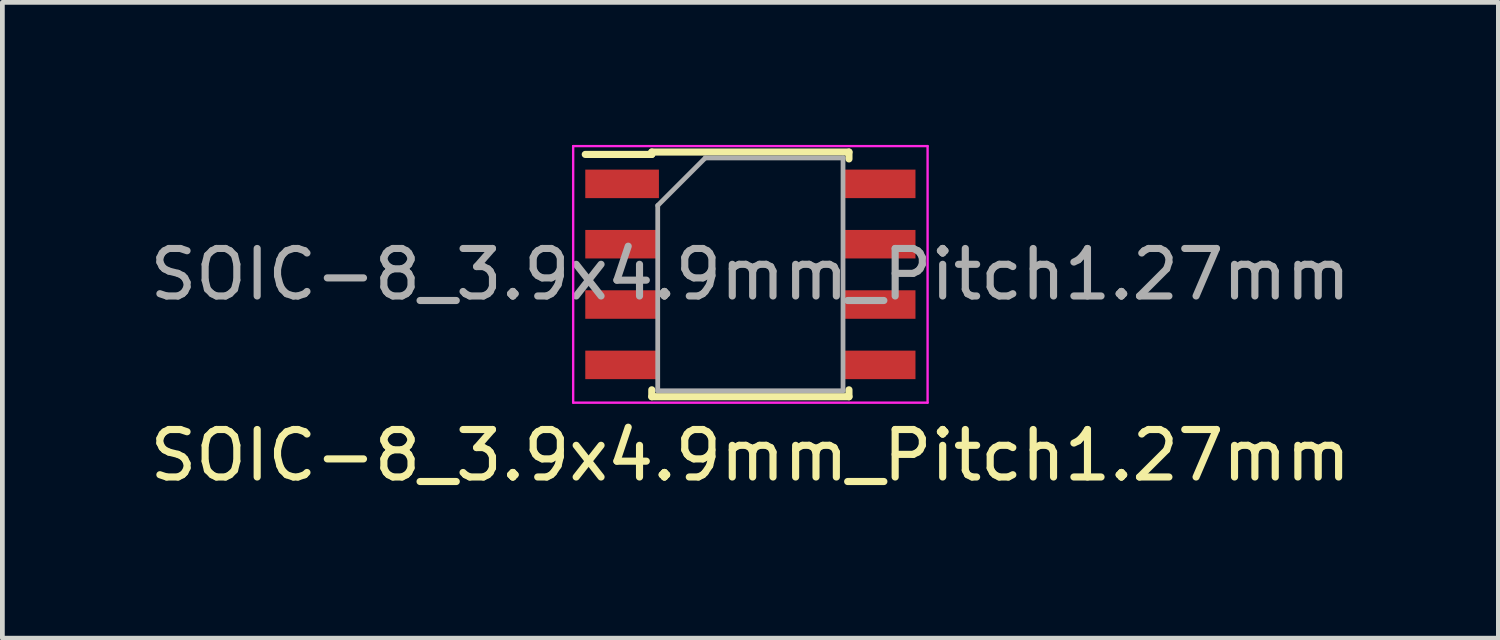
<source format=kicad_pcb>
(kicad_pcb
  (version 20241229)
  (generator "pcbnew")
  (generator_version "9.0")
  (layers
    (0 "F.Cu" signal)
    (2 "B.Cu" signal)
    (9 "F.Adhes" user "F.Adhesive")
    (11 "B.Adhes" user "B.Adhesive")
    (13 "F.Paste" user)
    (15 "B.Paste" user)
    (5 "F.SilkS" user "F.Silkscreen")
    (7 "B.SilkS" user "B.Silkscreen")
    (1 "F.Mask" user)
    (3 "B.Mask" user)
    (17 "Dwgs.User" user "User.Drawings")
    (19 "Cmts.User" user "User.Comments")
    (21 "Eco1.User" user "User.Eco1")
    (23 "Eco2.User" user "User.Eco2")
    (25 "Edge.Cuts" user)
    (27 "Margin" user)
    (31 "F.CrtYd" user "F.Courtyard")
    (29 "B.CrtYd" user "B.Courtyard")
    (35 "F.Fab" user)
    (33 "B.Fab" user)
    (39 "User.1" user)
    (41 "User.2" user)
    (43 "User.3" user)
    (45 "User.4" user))
  (footprint "SOIC-8_3.9x4.9mm_Pitch1.27mm"
    (layer "F.Cu")
    (at 12.744 2.725)
    (property "Reference" "SOIC-8_3.9x4.9mm_Pitch1.27mm" (at 0 3.81 0) (layer "F.SilkS") (effects (font (size 1 1) (thickness 0.15))))
    (attr smd)
    (fp_line (start -2.075 -2.575) (end -2.075 -2.525) (stroke (width 0.15) (type solid)) (layer "F.SilkS"))
    (fp_line (start -2.075 -2.575) (end 2.075 -2.575) (stroke (width 0.15) (type solid)) (layer "F.SilkS"))
    (fp_line (start -2.075 -2.525) (end -3.475 -2.525) (stroke (width 0.15) (type solid)) (layer "F.SilkS"))
    (fp_line (start -2.075 2.575) (end -2.075 2.43) (stroke (width 0.15) (type solid)) (layer "F.SilkS"))
    (fp_line (start -2.075 2.575) (end 2.075 2.575) (stroke (width 0.15) (type solid)) (layer "F.SilkS"))
    (fp_line (start 2.075 -2.575) (end 2.075 -2.43) (stroke (width 0.15) (type solid)) (layer "F.SilkS"))
    (fp_line (start 2.075 2.575) (end 2.075 2.43) (stroke (width 0.15) (type solid)) (layer "F.SilkS"))
    (fp_line (start -3.73 -2.7) (end -3.73 2.7) (stroke (width 0.05) (type solid)) (layer "F.CrtYd"))
    (fp_line (start -3.73 -2.7) (end 3.73 -2.7) (stroke (width 0.05) (type solid)) (layer "F.CrtYd"))
    (fp_line (start -3.73 2.7) (end 3.73 2.7) (stroke (width 0.05) (type solid)) (layer "F.CrtYd"))
    (fp_line (start 3.73 -2.7) (end 3.73 2.7) (stroke (width 0.05) (type solid)) (layer "F.CrtYd"))
    (fp_line (start -1.95 -1.45) (end -0.95 -2.45) (stroke (width 0.1) (type solid)) (layer "F.Fab"))
    (fp_line (start -1.95 2.45) (end -1.95 -1.45) (stroke (width 0.1) (type solid)) (layer "F.Fab"))
    (fp_line (start -0.95 -2.45) (end 1.95 -2.45) (stroke (width 0.1) (type solid)) (layer "F.Fab"))
    (fp_line (start 1.95 -2.45) (end 1.95 2.45) (stroke (width 0.1) (type solid)) (layer "F.Fab"))
    (fp_line (start 1.95 2.45) (end -1.95 2.45) (stroke (width 0.1) (type solid)) (layer "F.Fab"))
    (fp_text user "${REFERENCE}" (at 0 0 0) (layer "F.Fab") (effects (font (size 1 1) (thickness 0.15))))
    (pad "1" smd rect (at -2.7 -1.905) (size 1.55 0.6) (layers "F.Cu" "F.Mask" "F.Paste"))
    (pad "2" smd rect (at -2.7 -0.635) (size 1.55 0.6) (layers "F.Cu" "F.Mask" "F.Paste"))
    (pad "3" smd rect (at -2.7 0.635) (size 1.55 0.6) (layers "F.Cu" "F.Mask" "F.Paste"))
    (pad "4" smd rect (at -2.7 1.905) (size 1.55 0.6) (layers "F.Cu" "F.Mask" "F.Paste"))
    (pad "5" smd rect (at 2.7 1.905) (size 1.55 0.6) (layers "F.Cu" "F.Mask" "F.Paste"))
    (pad "6" smd rect (at 2.7 0.635) (size 1.55 0.6) (layers "F.Cu" "F.Mask" "F.Paste"))
    (pad "7" smd rect (at 2.7 -0.635) (size 1.55 0.6) (layers "F.Cu" "F.Mask" "F.Paste"))
    (pad "8" smd rect (at 2.7 -1.905) (size 1.55 0.6) (layers "F.Cu" "F.Mask" "F.Paste")))
  (gr_rect
    (start -3 -3)
    (end 28.488 10.383)
    (stroke (width 0.1) (type default))
    (fill no)
    (layer "Edge.Cuts")))
</source>
